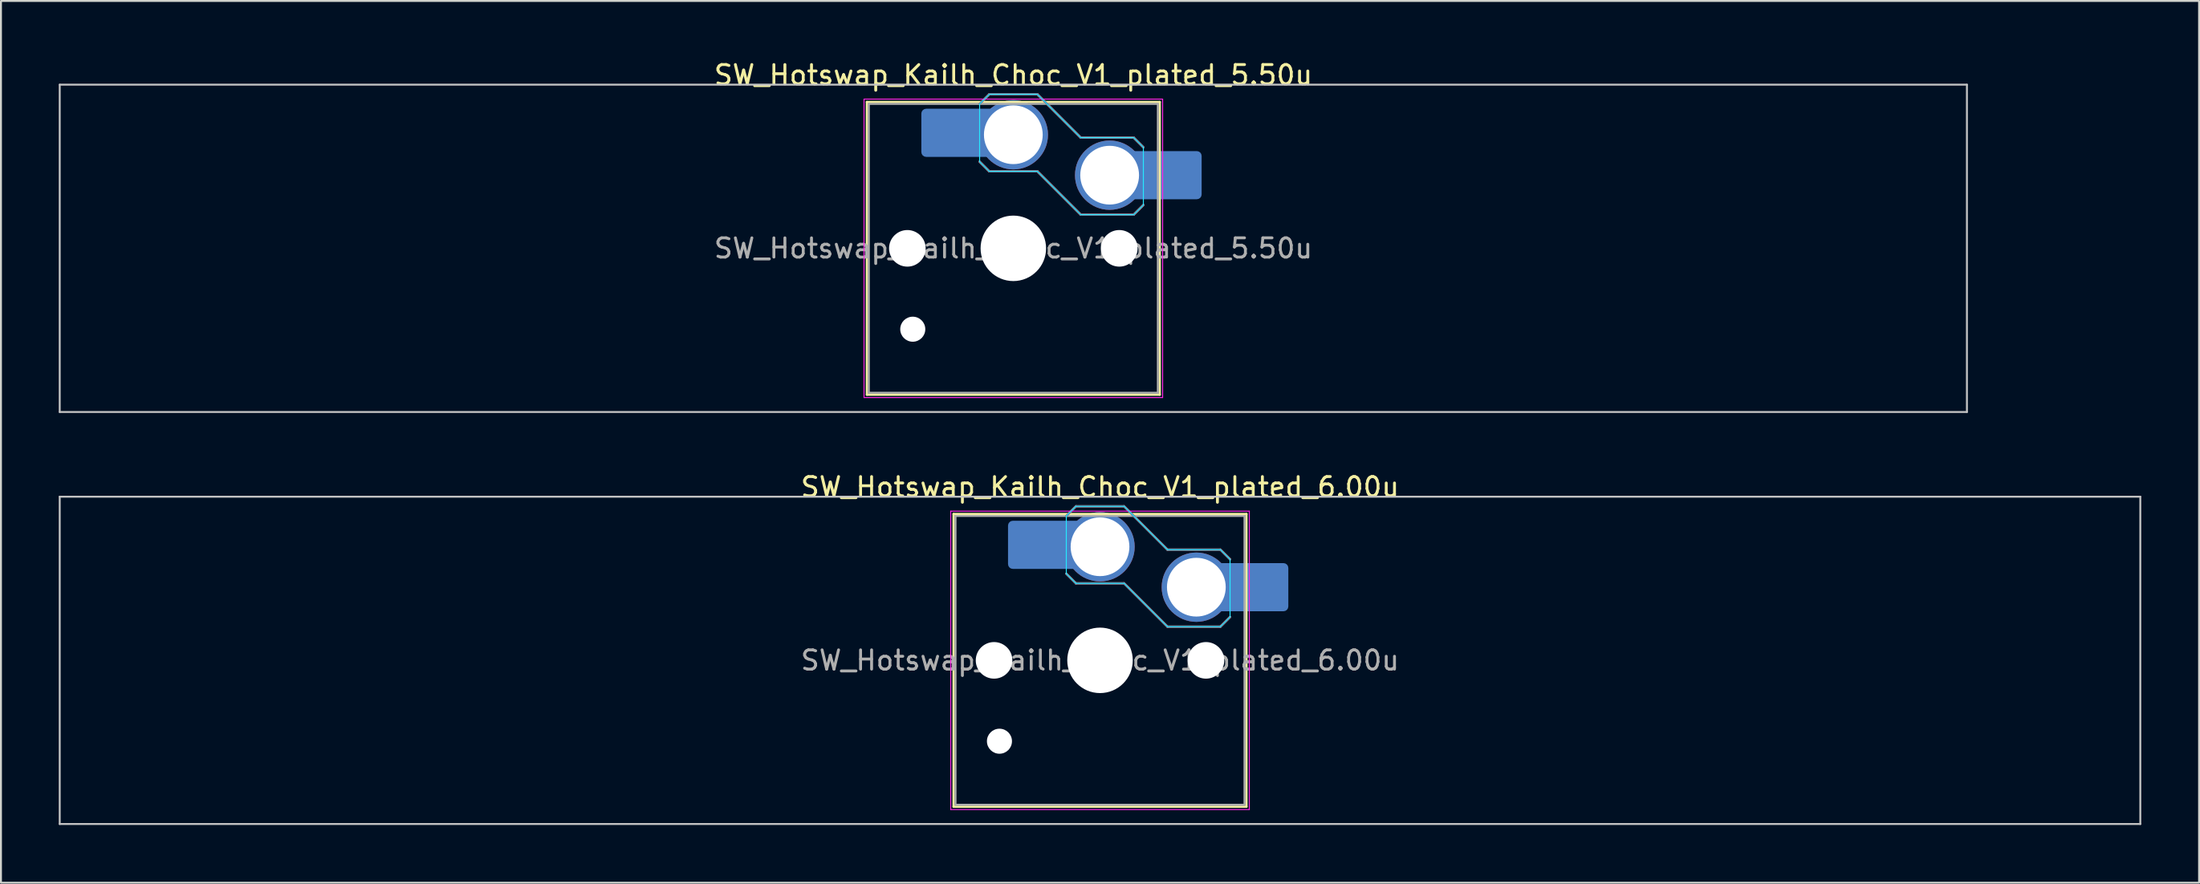
<source format=kicad_pcb>
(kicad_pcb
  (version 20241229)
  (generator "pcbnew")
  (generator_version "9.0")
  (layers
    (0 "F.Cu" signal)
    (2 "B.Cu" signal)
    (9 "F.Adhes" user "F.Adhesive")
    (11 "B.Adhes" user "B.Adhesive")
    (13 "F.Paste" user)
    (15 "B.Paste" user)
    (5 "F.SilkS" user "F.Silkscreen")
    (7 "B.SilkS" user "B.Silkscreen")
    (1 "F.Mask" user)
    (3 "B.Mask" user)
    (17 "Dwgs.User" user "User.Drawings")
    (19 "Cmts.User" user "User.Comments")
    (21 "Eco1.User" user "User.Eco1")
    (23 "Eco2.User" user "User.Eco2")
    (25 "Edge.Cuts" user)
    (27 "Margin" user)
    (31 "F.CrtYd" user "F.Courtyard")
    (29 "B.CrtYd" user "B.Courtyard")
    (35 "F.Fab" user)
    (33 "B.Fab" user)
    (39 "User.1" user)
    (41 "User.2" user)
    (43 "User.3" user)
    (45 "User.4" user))
  (footprint "SW_Hotswap_Kailh_Choc_V1_plated_5.50u"
    (layer "F.Cu")
    (at 49.55 9.848)
    (property "Reference" "SW_Hotswap_Kailh_Choc_V1_plated_5.50u" (at 0 -9 0) (layer "F.SilkS") (effects (font (size 1 1) (thickness 0.15))))
    (attr smd)
    (fp_line (start -7.6 -7.6) (end -7.6 7.6) (stroke (width 0.12) (type solid)) (layer "F.SilkS"))
    (fp_line (start -7.6 7.6) (end 7.6 7.6) (stroke (width 0.12) (type solid)) (layer "F.SilkS"))
    (fp_line (start 7.6 -7.6) (end -7.6 -7.6) (stroke (width 0.12) (type solid)) (layer "F.SilkS"))
    (fp_line (start 7.6 7.6) (end 7.6 -7.6) (stroke (width 0.12) (type solid)) (layer "F.SilkS"))
    (fp_line (start -1.75 -7.5) (end -1.25 -8) (stroke (width 0.12) (type solid)) (layer "B.SilkS"))
    (fp_line (start -1.25 -8) (end 1.25 -8) (stroke (width 0.12) (type solid)) (layer "B.SilkS"))
    (fp_line (start -1.25 -4) (end -1.75 -4.5) (stroke (width 0.12) (type solid)) (layer "B.SilkS"))
    (fp_line (start 1.25 -8) (end 3.5 -5.75) (stroke (width 0.12) (type solid)) (layer "B.SilkS"))
    (fp_line (start 1.25 -4) (end -1.25 -4) (stroke (width 0.12) (type solid)) (layer "B.SilkS"))
    (fp_line (start 3.5 -5.75) (end 6.25 -5.75) (stroke (width 0.12) (type solid)) (layer "B.SilkS"))
    (fp_line (start 3.5 -1.75) (end 1.25 -4) (stroke (width 0.12) (type solid)) (layer "B.SilkS"))
    (fp_line (start 6.25 -5.75) (end 6.75 -5.25) (stroke (width 0.12) (type solid)) (layer "B.SilkS"))
    (fp_line (start 6.25 -1.75) (end 3.5 -1.75) (stroke (width 0.12) (type solid)) (layer "B.SilkS"))
    (fp_line (start 6.75 -2.25) (end 6.25 -1.75) (stroke (width 0.12) (type solid)) (layer "B.SilkS"))
    (fp_line (start -49.5 -8.5) (end -49.5 8.5) (stroke (width 0.1) (type solid)) (layer "Dwgs.User"))
    (fp_line (start -49.5 8.5) (end 49.5 8.5) (stroke (width 0.1) (type solid)) (layer "Dwgs.User"))
    (fp_line (start 49.5 -8.5) (end -49.5 -8.5) (stroke (width 0.1) (type solid)) (layer "Dwgs.User"))
    (fp_line (start 49.5 8.5) (end 49.5 -8.5) (stroke (width 0.1) (type solid)) (layer "Dwgs.User"))
    (fp_line (start -7.25 -7.25) (end -7.25 7.25) (stroke (width 0.1) (type solid)) (layer "Eco1.User"))
    (fp_line (start -7.25 7.25) (end 7.25 7.25) (stroke (width 0.1) (type solid)) (layer "Eco1.User"))
    (fp_line (start 7.25 -7.25) (end -7.25 -7.25) (stroke (width 0.1) (type solid)) (layer "Eco1.User"))
    (fp_line (start 7.25 7.25) (end 7.25 -7.25) (stroke (width 0.1) (type solid)) (layer "Eco1.User"))
    (fp_line (start -1.75 -7.5) (end -1.25 -8) (stroke (width 0.05) (type solid)) (layer "B.CrtYd"))
    (fp_line (start -1.75 -4.5) (end -1.75 -7.5) (stroke (width 0.05) (type solid)) (layer "B.CrtYd"))
    (fp_line (start -1.25 -8) (end 1.25 -8) (stroke (width 0.05) (type solid)) (layer "B.CrtYd"))
    (fp_line (start -1.25 -4) (end -1.75 -4.5) (stroke (width 0.05) (type solid)) (layer "B.CrtYd"))
    (fp_line (start 1.25 -8) (end 3.5 -5.75) (stroke (width 0.05) (type solid)) (layer "B.CrtYd"))
    (fp_line (start 1.25 -4) (end -1.25 -4) (stroke (width 0.05) (type solid)) (layer "B.CrtYd"))
    (fp_line (start 3.5 -5.75) (end 6.25 -5.75) (stroke (width 0.05) (type solid)) (layer "B.CrtYd"))
    (fp_line (start 3.5 -1.75) (end 1.25 -4) (stroke (width 0.05) (type solid)) (layer "B.CrtYd"))
    (fp_line (start 6.25 -5.75) (end 6.75 -5.25) (stroke (width 0.05) (type solid)) (layer "B.CrtYd"))
    (fp_line (start 6.25 -1.75) (end 3.5 -1.75) (stroke (width 0.05) (type solid)) (layer "B.CrtYd"))
    (fp_line (start 6.75 -5.25) (end 6.75 -2.25) (stroke (width 0.05) (type solid)) (layer "B.CrtYd"))
    (fp_line (start 6.75 -2.25) (end 6.25 -1.75) (stroke (width 0.05) (type solid)) (layer "B.CrtYd"))
    (fp_line (start -7.75 -7.75) (end -7.75 7.75) (stroke (width 0.05) (type solid)) (layer "F.CrtYd"))
    (fp_line (start -7.75 7.75) (end 7.75 7.75) (stroke (width 0.05) (type solid)) (layer "F.CrtYd"))
    (fp_line (start 7.75 -7.75) (end -7.75 -7.75) (stroke (width 0.05) (type solid)) (layer "F.CrtYd"))
    (fp_line (start 7.75 7.75) (end 7.75 -7.75) (stroke (width 0.05) (type solid)) (layer "F.CrtYd"))
    (fp_line (start -1.75 -7.5) (end -1.25 -8) (stroke (width 0.1) (type solid)) (layer "B.Fab"))
    (fp_line (start -1.25 -8) (end 1.25 -8) (stroke (width 0.1) (type solid)) (layer "B.Fab"))
    (fp_line (start -1.25 -4) (end -1.75 -4.5) (stroke (width 0.1) (type solid)) (layer "B.Fab"))
    (fp_line (start 1.25 -8) (end 3.5 -5.75) (stroke (width 0.1) (type solid)) (layer "B.Fab"))
    (fp_line (start 1.25 -4) (end -1.25 -4) (stroke (width 0.1) (type solid)) (layer "B.Fab"))
    (fp_line (start 3.5 -5.75) (end 6.25 -5.75) (stroke (width 0.1) (type solid)) (layer "B.Fab"))
    (fp_line (start 3.5 -1.75) (end 1.25 -4) (stroke (width 0.1) (type solid)) (layer "B.Fab"))
    (fp_line (start 6.25 -5.75) (end 6.75 -5.25) (stroke (width 0.1) (type solid)) (layer "B.Fab"))
    (fp_line (start 6.25 -1.75) (end 3.5 -1.75) (stroke (width 0.1) (type solid)) (layer "B.Fab"))
    (fp_line (start 6.75 -2.25) (end 6.25 -1.75) (stroke (width 0.1) (type solid)) (layer "B.Fab"))
    (fp_line (start -7.5 -7.5) (end -7.5 7.5) (stroke (width 0.1) (type solid)) (layer "F.Fab"))
    (fp_line (start -7.5 7.5) (end 7.5 7.5) (stroke (width 0.1) (type solid)) (layer "F.Fab"))
    (fp_line (start 7.5 -7.5) (end -7.5 -7.5) (stroke (width 0.1) (type solid)) (layer "F.Fab"))
    (fp_line (start 7.5 7.5) (end 7.5 -7.5) (stroke (width 0.1) (type solid)) (layer "F.Fab"))
    (fp_text user "${REFERENCE}" (at 0 0 0) (layer "F.Fab") (effects (font (size 1 1) (thickness 0.15))))
    (pad "" np_thru_hole circle (at -5.5 0) (size 1.9 1.9) (drill 1.9) (layers "*.Cu" "*.Mask"))
    (pad "" np_thru_hole circle (at -5.22 4.2) (size 1.3 1.3) (drill 1.3) (layers "*.Cu" "*.Mask"))
    (pad "" smd roundrect (at -3.5 -6) (size 2.55 2.5) (layers "B.Mask" "B.Paste") (roundrect_rratio 0.1))
    (pad "" np_thru_hole circle (at 0 0) (size 3.4 3.4) (drill 3.4) (layers "*.Cu" "*.Mask"))
    (pad "" np_thru_hole circle (at 5.5 0) (size 1.9 1.9) (drill 1.9) (layers "*.Cu" "*.Mask"))
    (pad "" smd roundrect (at 8.5 -3.8) (size 2.55 2.5) (layers "B.Mask" "B.Paste") (roundrect_rratio 0.1))
    (pad "1" smd roundrect (at -2.85 -6) (size 3.85 2.5) (layers "B.Cu") (roundrect_rratio 0.1))
    (pad "1" thru_hole circle (at 0 -5.9) (size 3.6 3.6) (drill 3.05) (layers "*.Cu" "B.Mask"))
    (pad "2" thru_hole circle (at 5 -3.8) (size 3.6 3.6) (drill 3.05) (layers "*.Cu" "B.Mask"))
    (pad "2" smd roundrect (at 7.85 -3.8) (size 3.85 2.5) (layers "B.Cu") (roundrect_rratio 0.1)))
  (footprint "SW_Hotswap_Kailh_Choc_V1_plated_6.00u"
    (layer "F.Cu")
    (at 54.05 31.247)
    (property "Reference" "SW_Hotswap_Kailh_Choc_V1_plated_6.00u" (at 0 -9 0) (layer "F.SilkS") (effects (font (size 1 1) (thickness 0.15))))
    (attr smd)
    (fp_line (start -7.6 -7.6) (end -7.6 7.6) (stroke (width 0.12) (type solid)) (layer "F.SilkS"))
    (fp_line (start -7.6 7.6) (end 7.6 7.6) (stroke (width 0.12) (type solid)) (layer "F.SilkS"))
    (fp_line (start 7.6 -7.6) (end -7.6 -7.6) (stroke (width 0.12) (type solid)) (layer "F.SilkS"))
    (fp_line (start 7.6 7.6) (end 7.6 -7.6) (stroke (width 0.12) (type solid)) (layer "F.SilkS"))
    (fp_line (start -1.75 -7.5) (end -1.25 -8) (stroke (width 0.12) (type solid)) (layer "B.SilkS"))
    (fp_line (start -1.25 -8) (end 1.25 -8) (stroke (width 0.12) (type solid)) (layer "B.SilkS"))
    (fp_line (start -1.25 -4) (end -1.75 -4.5) (stroke (width 0.12) (type solid)) (layer "B.SilkS"))
    (fp_line (start 1.25 -8) (end 3.5 -5.75) (stroke (width 0.12) (type solid)) (layer "B.SilkS"))
    (fp_line (start 1.25 -4) (end -1.25 -4) (stroke (width 0.12) (type solid)) (layer "B.SilkS"))
    (fp_line (start 3.5 -5.75) (end 6.25 -5.75) (stroke (width 0.12) (type solid)) (layer "B.SilkS"))
    (fp_line (start 3.5 -1.75) (end 1.25 -4) (stroke (width 0.12) (type solid)) (layer "B.SilkS"))
    (fp_line (start 6.25 -5.75) (end 6.75 -5.25) (stroke (width 0.12) (type solid)) (layer "B.SilkS"))
    (fp_line (start 6.25 -1.75) (end 3.5 -1.75) (stroke (width 0.12) (type solid)) (layer "B.SilkS"))
    (fp_line (start 6.75 -2.25) (end 6.25 -1.75) (stroke (width 0.12) (type solid)) (layer "B.SilkS"))
    (fp_line (start -54 -8.5) (end -54 8.5) (stroke (width 0.1) (type solid)) (layer "Dwgs.User"))
    (fp_line (start -54 8.5) (end 54 8.5) (stroke (width 0.1) (type solid)) (layer "Dwgs.User"))
    (fp_line (start 54 -8.5) (end -54 -8.5) (stroke (width 0.1) (type solid)) (layer "Dwgs.User"))
    (fp_line (start 54 8.5) (end 54 -8.5) (stroke (width 0.1) (type solid)) (layer "Dwgs.User"))
    (fp_line (start -7.25 -7.25) (end -7.25 7.25) (stroke (width 0.1) (type solid)) (layer "Eco1.User"))
    (fp_line (start -7.25 7.25) (end 7.25 7.25) (stroke (width 0.1) (type solid)) (layer "Eco1.User"))
    (fp_line (start 7.25 -7.25) (end -7.25 -7.25) (stroke (width 0.1) (type solid)) (layer "Eco1.User"))
    (fp_line (start 7.25 7.25) (end 7.25 -7.25) (stroke (width 0.1) (type solid)) (layer "Eco1.User"))
    (fp_line (start -1.75 -7.5) (end -1.25 -8) (stroke (width 0.05) (type solid)) (layer "B.CrtYd"))
    (fp_line (start -1.75 -4.5) (end -1.75 -7.5) (stroke (width 0.05) (type solid)) (layer "B.CrtYd"))
    (fp_line (start -1.25 -8) (end 1.25 -8) (stroke (width 0.05) (type solid)) (layer "B.CrtYd"))
    (fp_line (start -1.25 -4) (end -1.75 -4.5) (stroke (width 0.05) (type solid)) (layer "B.CrtYd"))
    (fp_line (start 1.25 -8) (end 3.5 -5.75) (stroke (width 0.05) (type solid)) (layer "B.CrtYd"))
    (fp_line (start 1.25 -4) (end -1.25 -4) (stroke (width 0.05) (type solid)) (layer "B.CrtYd"))
    (fp_line (start 3.5 -5.75) (end 6.25 -5.75) (stroke (width 0.05) (type solid)) (layer "B.CrtYd"))
    (fp_line (start 3.5 -1.75) (end 1.25 -4) (stroke (width 0.05) (type solid)) (layer "B.CrtYd"))
    (fp_line (start 6.25 -5.75) (end 6.75 -5.25) (stroke (width 0.05) (type solid)) (layer "B.CrtYd"))
    (fp_line (start 6.25 -1.75) (end 3.5 -1.75) (stroke (width 0.05) (type solid)) (layer "B.CrtYd"))
    (fp_line (start 6.75 -5.25) (end 6.75 -2.25) (stroke (width 0.05) (type solid)) (layer "B.CrtYd"))
    (fp_line (start 6.75 -2.25) (end 6.25 -1.75) (stroke (width 0.05) (type solid)) (layer "B.CrtYd"))
    (fp_line (start -7.75 -7.75) (end -7.75 7.75) (stroke (width 0.05) (type solid)) (layer "F.CrtYd"))
    (fp_line (start -7.75 7.75) (end 7.75 7.75) (stroke (width 0.05) (type solid)) (layer "F.CrtYd"))
    (fp_line (start 7.75 -7.75) (end -7.75 -7.75) (stroke (width 0.05) (type solid)) (layer "F.CrtYd"))
    (fp_line (start 7.75 7.75) (end 7.75 -7.75) (stroke (width 0.05) (type solid)) (layer "F.CrtYd"))
    (fp_line (start -1.75 -7.5) (end -1.25 -8) (stroke (width 0.1) (type solid)) (layer "B.Fab"))
    (fp_line (start -1.25 -8) (end 1.25 -8) (stroke (width 0.1) (type solid)) (layer "B.Fab"))
    (fp_line (start -1.25 -4) (end -1.75 -4.5) (stroke (width 0.1) (type solid)) (layer "B.Fab"))
    (fp_line (start 1.25 -8) (end 3.5 -5.75) (stroke (width 0.1) (type solid)) (layer "B.Fab"))
    (fp_line (start 1.25 -4) (end -1.25 -4) (stroke (width 0.1) (type solid)) (layer "B.Fab"))
    (fp_line (start 3.5 -5.75) (end 6.25 -5.75) (stroke (width 0.1) (type solid)) (layer "B.Fab"))
    (fp_line (start 3.5 -1.75) (end 1.25 -4) (stroke (width 0.1) (type solid)) (layer "B.Fab"))
    (fp_line (start 6.25 -5.75) (end 6.75 -5.25) (stroke (width 0.1) (type solid)) (layer "B.Fab"))
    (fp_line (start 6.25 -1.75) (end 3.5 -1.75) (stroke (width 0.1) (type solid)) (layer "B.Fab"))
    (fp_line (start 6.75 -2.25) (end 6.25 -1.75) (stroke (width 0.1) (type solid)) (layer "B.Fab"))
    (fp_line (start -7.5 -7.5) (end -7.5 7.5) (stroke (width 0.1) (type solid)) (layer "F.Fab"))
    (fp_line (start -7.5 7.5) (end 7.5 7.5) (stroke (width 0.1) (type solid)) (layer "F.Fab"))
    (fp_line (start 7.5 -7.5) (end -7.5 -7.5) (stroke (width 0.1) (type solid)) (layer "F.Fab"))
    (fp_line (start 7.5 7.5) (end 7.5 -7.5) (stroke (width 0.1) (type solid)) (layer "F.Fab"))
    (fp_text user "${REFERENCE}" (at 0 0 0) (layer "F.Fab") (effects (font (size 1 1) (thickness 0.15))))
    (pad "" np_thru_hole circle (at -5.5 0) (size 1.9 1.9) (drill 1.9) (layers "*.Cu" "*.Mask"))
    (pad "" np_thru_hole circle (at -5.22 4.2) (size 1.3 1.3) (drill 1.3) (layers "*.Cu" "*.Mask"))
    (pad "" smd roundrect (at -3.5 -6) (size 2.55 2.5) (layers "B.Mask" "B.Paste") (roundrect_rratio 0.1))
    (pad "" np_thru_hole circle (at 0 0) (size 3.4 3.4) (drill 3.4) (layers "*.Cu" "*.Mask"))
    (pad "" np_thru_hole circle (at 5.5 0) (size 1.9 1.9) (drill 1.9) (layers "*.Cu" "*.Mask"))
    (pad "" smd roundrect (at 8.5 -3.8) (size 2.55 2.5) (layers "B.Mask" "B.Paste") (roundrect_rratio 0.1))
    (pad "1" smd roundrect (at -2.85 -6) (size 3.85 2.5) (layers "B.Cu") (roundrect_rratio 0.1))
    (pad "1" thru_hole circle (at 0 -5.9) (size 3.6 3.6) (drill 3.05) (layers "*.Cu" "B.Mask"))
    (pad "2" thru_hole circle (at 5 -3.8) (size 3.6 3.6) (drill 3.05) (layers "*.Cu" "B.Mask"))
    (pad "2" smd roundrect (at 7.85 -3.8) (size 3.85 2.5) (layers "B.Cu") (roundrect_rratio 0.1)))
  (gr_rect
    (start -3 -3)
    (end 111.1 42.797)
    (stroke (width 0.1) (type default))
    (fill no)
    (layer "Edge.Cuts")))
</source>
